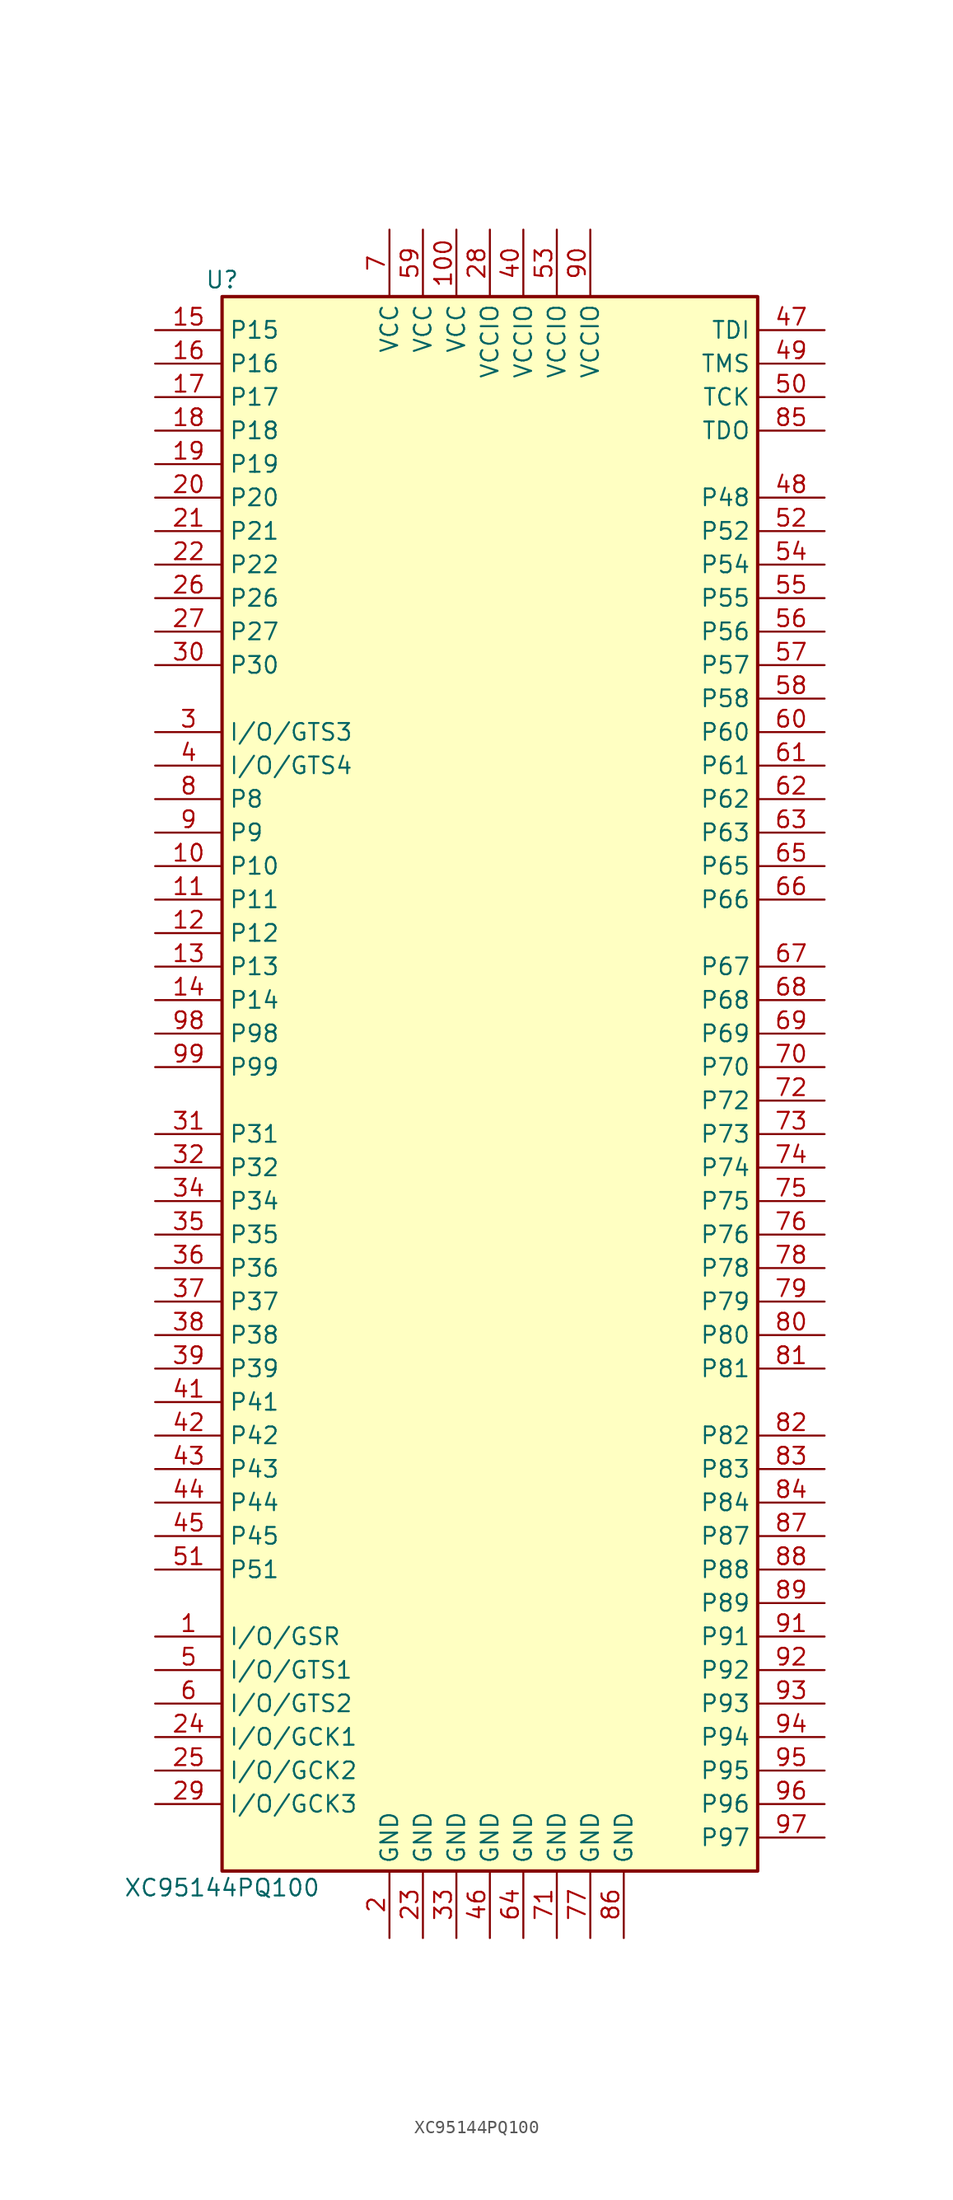
<source format=kicad_sym>
(kicad_symbol_lib
  (version 20201005)
  (generator kicad_symbol_editor)
  (symbol "CPLD_Xilinx:XC95144PQ100"
    (property "Reference" "U"
      (at -20.32 59.69 0)
      (effects (font (size 1.27 1.27))))
    (property "Value" "XC95144PQ100"
      (at -20.32 -62.23 0)
      (effects (font (size 1.27 1.27))))
    (symbol "XC95144PQ100_1_1"
      (rectangle (start -20.32 58.42) (end 20.32 -60.96) (stroke (width 0.254)) (fill (type background)))
      (pin bidirectional line (at -25.4 -43.18 0) (length 5.08) (name "I/O/GSR" (effects (font (size 1.27 1.27)))) (number "1" (effects (font (size 1.27 1.27)))))
      (pin power_in line (at -7.62 -66.04 90) (length 5.08) (name "GND" (effects (font (size 1.27 1.27)))) (number "2" (effects (font (size 1.27 1.27)))))
      (pin bidirectional line (at -25.4 25.4 0) (length 5.08) (name "I/O/GTS3" (effects (font (size 1.27 1.27)))) (number "3" (effects (font (size 1.27 1.27)))))
      (pin bidirectional line (at -25.4 22.86 0) (length 5.08) (name "I/O/GTS4" (effects (font (size 1.27 1.27)))) (number "4" (effects (font (size 1.27 1.27)))))
      (pin bidirectional line (at -25.4 -45.72 0) (length 5.08) (name "I/O/GTS1" (effects (font (size 1.27 1.27)))) (number "5" (effects (font (size 1.27 1.27)))))
      (pin bidirectional line (at -25.4 -48.26 0) (length 5.08) (name "I/O/GTS2" (effects (font (size 1.27 1.27)))) (number "6" (effects (font (size 1.27 1.27)))))
      (pin power_in line (at -7.62 63.5 270) (length 5.08) (name "VCC" (effects (font (size 1.27 1.27)))) (number "7" (effects (font (size 1.27 1.27)))))
      (pin bidirectional line (at -25.4 20.32 0) (length 5.08) (name "P8" (effects (font (size 1.27 1.27)))) (number "8" (effects (font (size 1.27 1.27)))))
      (pin bidirectional line (at -25.4 17.78 0) (length 5.08) (name "P9" (effects (font (size 1.27 1.27)))) (number "9" (effects (font (size 1.27 1.27)))))
      (pin bidirectional line (at -25.4 15.24 0) (length 5.08) (name "P10" (effects (font (size 1.27 1.27)))) (number "10" (effects (font (size 1.27 1.27)))))
      (pin bidirectional line (at -25.4 43.18 0) (length 5.08) (name "P20" (effects (font (size 1.27 1.27)))) (number "20" (effects (font (size 1.27 1.27)))))
      (pin bidirectional line (at -25.4 30.48 0) (length 5.08) (name "P30" (effects (font (size 1.27 1.27)))) (number "30" (effects (font (size 1.27 1.27)))))
      (pin power_in line (at 2.54 63.5 270) (length 5.08) (name "VCCIO" (effects (font (size 1.27 1.27)))) (number "40" (effects (font (size 1.27 1.27)))))
      (pin input line (at 25.4 50.8 180) (length 5.08) (name "TCK" (effects (font (size 1.27 1.27)))) (number "50" (effects (font (size 1.27 1.27)))))
      (pin bidirectional line (at 25.4 25.4 180) (length 5.08) (name "P60" (effects (font (size 1.27 1.27)))) (number "60" (effects (font (size 1.27 1.27)))))
      (pin bidirectional line (at 25.4 0 180) (length 5.08) (name "P70" (effects (font (size 1.27 1.27)))) (number "70" (effects (font (size 1.27 1.27)))))
      (pin bidirectional line (at 25.4 -20.32 180) (length 5.08) (name "P80" (effects (font (size 1.27 1.27)))) (number "80" (effects (font (size 1.27 1.27)))))
      (pin power_in line (at 7.62 63.5 270) (length 5.08) (name "VCCIO" (effects (font (size 1.27 1.27)))) (number "90" (effects (font (size 1.27 1.27)))))
      (pin bidirectional line (at -25.4 12.7 0) (length 5.08) (name "P11" (effects (font (size 1.27 1.27)))) (number "11" (effects (font (size 1.27 1.27)))))
      (pin bidirectional line (at -25.4 40.64 0) (length 5.08) (name "P21" (effects (font (size 1.27 1.27)))) (number "21" (effects (font (size 1.27 1.27)))))
      (pin bidirectional line (at -25.4 -5.08 0) (length 5.08) (name "P31" (effects (font (size 1.27 1.27)))) (number "31" (effects (font (size 1.27 1.27)))))
      (pin bidirectional line (at -25.4 -25.4 0) (length 5.08) (name "P41" (effects (font (size 1.27 1.27)))) (number "41" (effects (font (size 1.27 1.27)))))
      (pin bidirectional line (at -25.4 -38.1 0) (length 5.08) (name "P51" (effects (font (size 1.27 1.27)))) (number "51" (effects (font (size 1.27 1.27)))))
      (pin bidirectional line (at 25.4 22.86 180) (length 5.08) (name "P61" (effects (font (size 1.27 1.27)))) (number "61" (effects (font (size 1.27 1.27)))))
      (pin power_in line (at 5.08 -66.04 90) (length 5.08) (name "GND" (effects (font (size 1.27 1.27)))) (number "71" (effects (font (size 1.27 1.27)))))
      (pin bidirectional line (at 25.4 -22.86 180) (length 5.08) (name "P81" (effects (font (size 1.27 1.27)))) (number "81" (effects (font (size 1.27 1.27)))))
      (pin bidirectional line (at 25.4 -43.18 180) (length 5.08) (name "P91" (effects (font (size 1.27 1.27)))) (number "91" (effects (font (size 1.27 1.27)))))
      (pin bidirectional line (at -25.4 10.16 0) (length 5.08) (name "P12" (effects (font (size 1.27 1.27)))) (number "12" (effects (font (size 1.27 1.27)))))
      (pin bidirectional line (at -25.4 38.1 0) (length 5.08) (name "P22" (effects (font (size 1.27 1.27)))) (number "22" (effects (font (size 1.27 1.27)))))
      (pin bidirectional line (at -25.4 -7.62 0) (length 5.08) (name "P32" (effects (font (size 1.27 1.27)))) (number "32" (effects (font (size 1.27 1.27)))))
      (pin bidirectional line (at -25.4 -27.94 0) (length 5.08) (name "P42" (effects (font (size 1.27 1.27)))) (number "42" (effects (font (size 1.27 1.27)))))
      (pin bidirectional line (at 25.4 40.64 180) (length 5.08) (name "P52" (effects (font (size 1.27 1.27)))) (number "52" (effects (font (size 1.27 1.27)))))
      (pin bidirectional line (at 25.4 20.32 180) (length 5.08) (name "P62" (effects (font (size 1.27 1.27)))) (number "62" (effects (font (size 1.27 1.27)))))
      (pin bidirectional line (at 25.4 -2.54 180) (length 5.08) (name "P72" (effects (font (size 1.27 1.27)))) (number "72" (effects (font (size 1.27 1.27)))))
      (pin bidirectional line (at 25.4 -27.94 180) (length 5.08) (name "P82" (effects (font (size 1.27 1.27)))) (number "82" (effects (font (size 1.27 1.27)))))
      (pin bidirectional line (at 25.4 -45.72 180) (length 5.08) (name "P92" (effects (font (size 1.27 1.27)))) (number "92" (effects (font (size 1.27 1.27)))))
      (pin bidirectional line (at -25.4 7.62 0) (length 5.08) (name "P13" (effects (font (size 1.27 1.27)))) (number "13" (effects (font (size 1.27 1.27)))))
      (pin power_in line (at -5.08 -66.04 90) (length 5.08) (name "GND" (effects (font (size 1.27 1.27)))) (number "23" (effects (font (size 1.27 1.27)))))
      (pin power_in line (at -2.54 -66.04 90) (length 5.08) (name "GND" (effects (font (size 1.27 1.27)))) (number "33" (effects (font (size 1.27 1.27)))))
      (pin bidirectional line (at -25.4 -30.48 0) (length 5.08) (name "P43" (effects (font (size 1.27 1.27)))) (number "43" (effects (font (size 1.27 1.27)))))
      (pin power_in line (at 5.08 63.5 270) (length 5.08) (name "VCCIO" (effects (font (size 1.27 1.27)))) (number "53" (effects (font (size 1.27 1.27)))))
      (pin bidirectional line (at 25.4 17.78 180) (length 5.08) (name "P63" (effects (font (size 1.27 1.27)))) (number "63" (effects (font (size 1.27 1.27)))))
      (pin bidirectional line (at 25.4 -5.08 180) (length 5.08) (name "P73" (effects (font (size 1.27 1.27)))) (number "73" (effects (font (size 1.27 1.27)))))
      (pin bidirectional line (at 25.4 -30.48 180) (length 5.08) (name "P83" (effects (font (size 1.27 1.27)))) (number "83" (effects (font (size 1.27 1.27)))))
      (pin bidirectional line (at 25.4 -48.26 180) (length 5.08) (name "P93" (effects (font (size 1.27 1.27)))) (number "93" (effects (font (size 1.27 1.27)))))
      (pin bidirectional line (at -25.4 5.08 0) (length 5.08) (name "P14" (effects (font (size 1.27 1.27)))) (number "14" (effects (font (size 1.27 1.27)))))
      (pin bidirectional line (at -25.4 -50.8 0) (length 5.08) (name "I/O/GCK1" (effects (font (size 1.27 1.27)))) (number "24" (effects (font (size 1.27 1.27)))))
      (pin bidirectional line (at -25.4 -10.16 0) (length 5.08) (name "P34" (effects (font (size 1.27 1.27)))) (number "34" (effects (font (size 1.27 1.27)))))
      (pin bidirectional line (at -25.4 -33.02 0) (length 5.08) (name "P44" (effects (font (size 1.27 1.27)))) (number "44" (effects (font (size 1.27 1.27)))))
      (pin bidirectional line (at 25.4 38.1 180) (length 5.08) (name "P54" (effects (font (size 1.27 1.27)))) (number "54" (effects (font (size 1.27 1.27)))))
      (pin power_in line (at 2.54 -66.04 90) (length 5.08) (name "GND" (effects (font (size 1.27 1.27)))) (number "64" (effects (font (size 1.27 1.27)))))
      (pin bidirectional line (at 25.4 -7.62 180) (length 5.08) (name "P74" (effects (font (size 1.27 1.27)))) (number "74" (effects (font (size 1.27 1.27)))))
      (pin bidirectional line (at 25.4 -33.02 180) (length 5.08) (name "P84" (effects (font (size 1.27 1.27)))) (number "84" (effects (font (size 1.27 1.27)))))
      (pin bidirectional line (at 25.4 -50.8 180) (length 5.08) (name "P94" (effects (font (size 1.27 1.27)))) (number "94" (effects (font (size 1.27 1.27)))))
      (pin bidirectional line (at -25.4 55.88 0) (length 5.08) (name "P15" (effects (font (size 1.27 1.27)))) (number "15" (effects (font (size 1.27 1.27)))))
      (pin bidirectional line (at -25.4 -53.34 0) (length 5.08) (name "I/O/GCK2" (effects (font (size 1.27 1.27)))) (number "25" (effects (font (size 1.27 1.27)))))
      (pin bidirectional line (at -25.4 -12.7 0) (length 5.08) (name "P35" (effects (font (size 1.27 1.27)))) (number "35" (effects (font (size 1.27 1.27)))))
      (pin bidirectional line (at -25.4 -35.56 0) (length 5.08) (name "P45" (effects (font (size 1.27 1.27)))) (number "45" (effects (font (size 1.27 1.27)))))
      (pin bidirectional line (at 25.4 35.56 180) (length 5.08) (name "P55" (effects (font (size 1.27 1.27)))) (number "55" (effects (font (size 1.27 1.27)))))
      (pin bidirectional line (at 25.4 15.24 180) (length 5.08) (name "P65" (effects (font (size 1.27 1.27)))) (number "65" (effects (font (size 1.27 1.27)))))
      (pin bidirectional line (at 25.4 -10.16 180) (length 5.08) (name "P75" (effects (font (size 1.27 1.27)))) (number "75" (effects (font (size 1.27 1.27)))))
      (pin output line (at 25.4 48.26 180) (length 5.08) (name "TDO" (effects (font (size 1.27 1.27)))) (number "85" (effects (font (size 1.27 1.27)))))
      (pin bidirectional line (at 25.4 -53.34 180) (length 5.08) (name "P95" (effects (font (size 1.27 1.27)))) (number "95" (effects (font (size 1.27 1.27)))))
      (pin bidirectional line (at -25.4 53.34 0) (length 5.08) (name "P16" (effects (font (size 1.27 1.27)))) (number "16" (effects (font (size 1.27 1.27)))))
      (pin bidirectional line (at -25.4 35.56 0) (length 5.08) (name "P26" (effects (font (size 1.27 1.27)))) (number "26" (effects (font (size 1.27 1.27)))))
      (pin bidirectional line (at -25.4 -15.24 0) (length 5.08) (name "P36" (effects (font (size 1.27 1.27)))) (number "36" (effects (font (size 1.27 1.27)))))
      (pin power_in line (at 0 -66.04 90) (length 5.08) (name "GND" (effects (font (size 1.27 1.27)))) (number "46" (effects (font (size 1.27 1.27)))))
      (pin bidirectional line (at 25.4 33.02 180) (length 5.08) (name "P56" (effects (font (size 1.27 1.27)))) (number "56" (effects (font (size 1.27 1.27)))))
      (pin bidirectional line (at 25.4 12.7 180) (length 5.08) (name "P66" (effects (font (size 1.27 1.27)))) (number "66" (effects (font (size 1.27 1.27)))))
      (pin bidirectional line (at 25.4 -12.7 180) (length 5.08) (name "P76" (effects (font (size 1.27 1.27)))) (number "76" (effects (font (size 1.27 1.27)))))
      (pin power_in line (at 10.16 -66.04 90) (length 5.08) (name "GND" (effects (font (size 1.27 1.27)))) (number "86" (effects (font (size 1.27 1.27)))))
      (pin bidirectional line (at 25.4 -55.88 180) (length 5.08) (name "P96" (effects (font (size 1.27 1.27)))) (number "96" (effects (font (size 1.27 1.27)))))
      (pin bidirectional line (at -25.4 50.8 0) (length 5.08) (name "P17" (effects (font (size 1.27 1.27)))) (number "17" (effects (font (size 1.27 1.27)))))
      (pin bidirectional line (at -25.4 33.02 0) (length 5.08) (name "P27" (effects (font (size 1.27 1.27)))) (number "27" (effects (font (size 1.27 1.27)))))
      (pin bidirectional line (at -25.4 -17.78 0) (length 5.08) (name "P37" (effects (font (size 1.27 1.27)))) (number "37" (effects (font (size 1.27 1.27)))))
      (pin input line (at 25.4 55.88 180) (length 5.08) (name "TDI" (effects (font (size 1.27 1.27)))) (number "47" (effects (font (size 1.27 1.27)))))
      (pin bidirectional line (at 25.4 30.48 180) (length 5.08) (name "P57" (effects (font (size 1.27 1.27)))) (number "57" (effects (font (size 1.27 1.27)))))
      (pin bidirectional line (at 25.4 7.62 180) (length 5.08) (name "P67" (effects (font (size 1.27 1.27)))) (number "67" (effects (font (size 1.27 1.27)))))
      (pin power_in line (at 7.62 -66.04 90) (length 5.08) (name "GND" (effects (font (size 1.27 1.27)))) (number "77" (effects (font (size 1.27 1.27)))))
      (pin bidirectional line (at 25.4 -35.56 180) (length 5.08) (name "P87" (effects (font (size 1.27 1.27)))) (number "87" (effects (font (size 1.27 1.27)))))
      (pin bidirectional line (at 25.4 -58.42 180) (length 5.08) (name "P97" (effects (font (size 1.27 1.27)))) (number "97" (effects (font (size 1.27 1.27)))))
      (pin bidirectional line (at -25.4 48.26 0) (length 5.08) (name "P18" (effects (font (size 1.27 1.27)))) (number "18" (effects (font (size 1.27 1.27)))))
      (pin power_in line (at 0 63.5 270) (length 5.08) (name "VCCIO" (effects (font (size 1.27 1.27)))) (number "28" (effects (font (size 1.27 1.27)))))
      (pin bidirectional line (at -25.4 -20.32 0) (length 5.08) (name "P38" (effects (font (size 1.27 1.27)))) (number "38" (effects (font (size 1.27 1.27)))))
      (pin bidirectional line (at 25.4 43.18 180) (length 5.08) (name "P48" (effects (font (size 1.27 1.27)))) (number "48" (effects (font (size 1.27 1.27)))))
      (pin bidirectional line (at 25.4 27.94 180) (length 5.08) (name "P58" (effects (font (size 1.27 1.27)))) (number "58" (effects (font (size 1.27 1.27)))))
      (pin bidirectional line (at 25.4 5.08 180) (length 5.08) (name "P68" (effects (font (size 1.27 1.27)))) (number "68" (effects (font (size 1.27 1.27)))))
      (pin bidirectional line (at 25.4 -15.24 180) (length 5.08) (name "P78" (effects (font (size 1.27 1.27)))) (number "78" (effects (font (size 1.27 1.27)))))
      (pin bidirectional line (at 25.4 -38.1 180) (length 5.08) (name "P88" (effects (font (size 1.27 1.27)))) (number "88" (effects (font (size 1.27 1.27)))))
      (pin bidirectional line (at -25.4 2.54 0) (length 5.08) (name "P98" (effects (font (size 1.27 1.27)))) (number "98" (effects (font (size 1.27 1.27)))))
      (pin bidirectional line (at -25.4 45.72 0) (length 5.08) (name "P19" (effects (font (size 1.27 1.27)))) (number "19" (effects (font (size 1.27 1.27)))))
      (pin bidirectional line (at -25.4 -55.88 0) (length 5.08) (name "I/O/GCK3" (effects (font (size 1.27 1.27)))) (number "29" (effects (font (size 1.27 1.27)))))
      (pin bidirectional line (at -25.4 -22.86 0) (length 5.08) (name "P39" (effects (font (size 1.27 1.27)))) (number "39" (effects (font (size 1.27 1.27)))))
      (pin input line (at 25.4 53.34 180) (length 5.08) (name "TMS" (effects (font (size 1.27 1.27)))) (number "49" (effects (font (size 1.27 1.27)))))
      (pin power_in line (at -5.08 63.5 270) (length 5.08) (name "VCC" (effects (font (size 1.27 1.27)))) (number "59" (effects (font (size 1.27 1.27)))))
      (pin bidirectional line (at 25.4 2.54 180) (length 5.08) (name "P69" (effects (font (size 1.27 1.27)))) (number "69" (effects (font (size 1.27 1.27)))))
      (pin bidirectional line (at 25.4 -17.78 180) (length 5.08) (name "P79" (effects (font (size 1.27 1.27)))) (number "79" (effects (font (size 1.27 1.27)))))
      (pin bidirectional line (at 25.4 -40.64 180) (length 5.08) (name "P89" (effects (font (size 1.27 1.27)))) (number "89" (effects (font (size 1.27 1.27)))))
      (pin bidirectional line (at -25.4 0 0) (length 5.08) (name "P99" (effects (font (size 1.27 1.27)))) (number "99" (effects (font (size 1.27 1.27)))))
      (pin power_in line (at -2.54 63.5 270) (length 5.08) (name "VCC" (effects (font (size 1.27 1.27)))) (number "100" (effects (font (size 1.27 1.27))))))))
</source>
